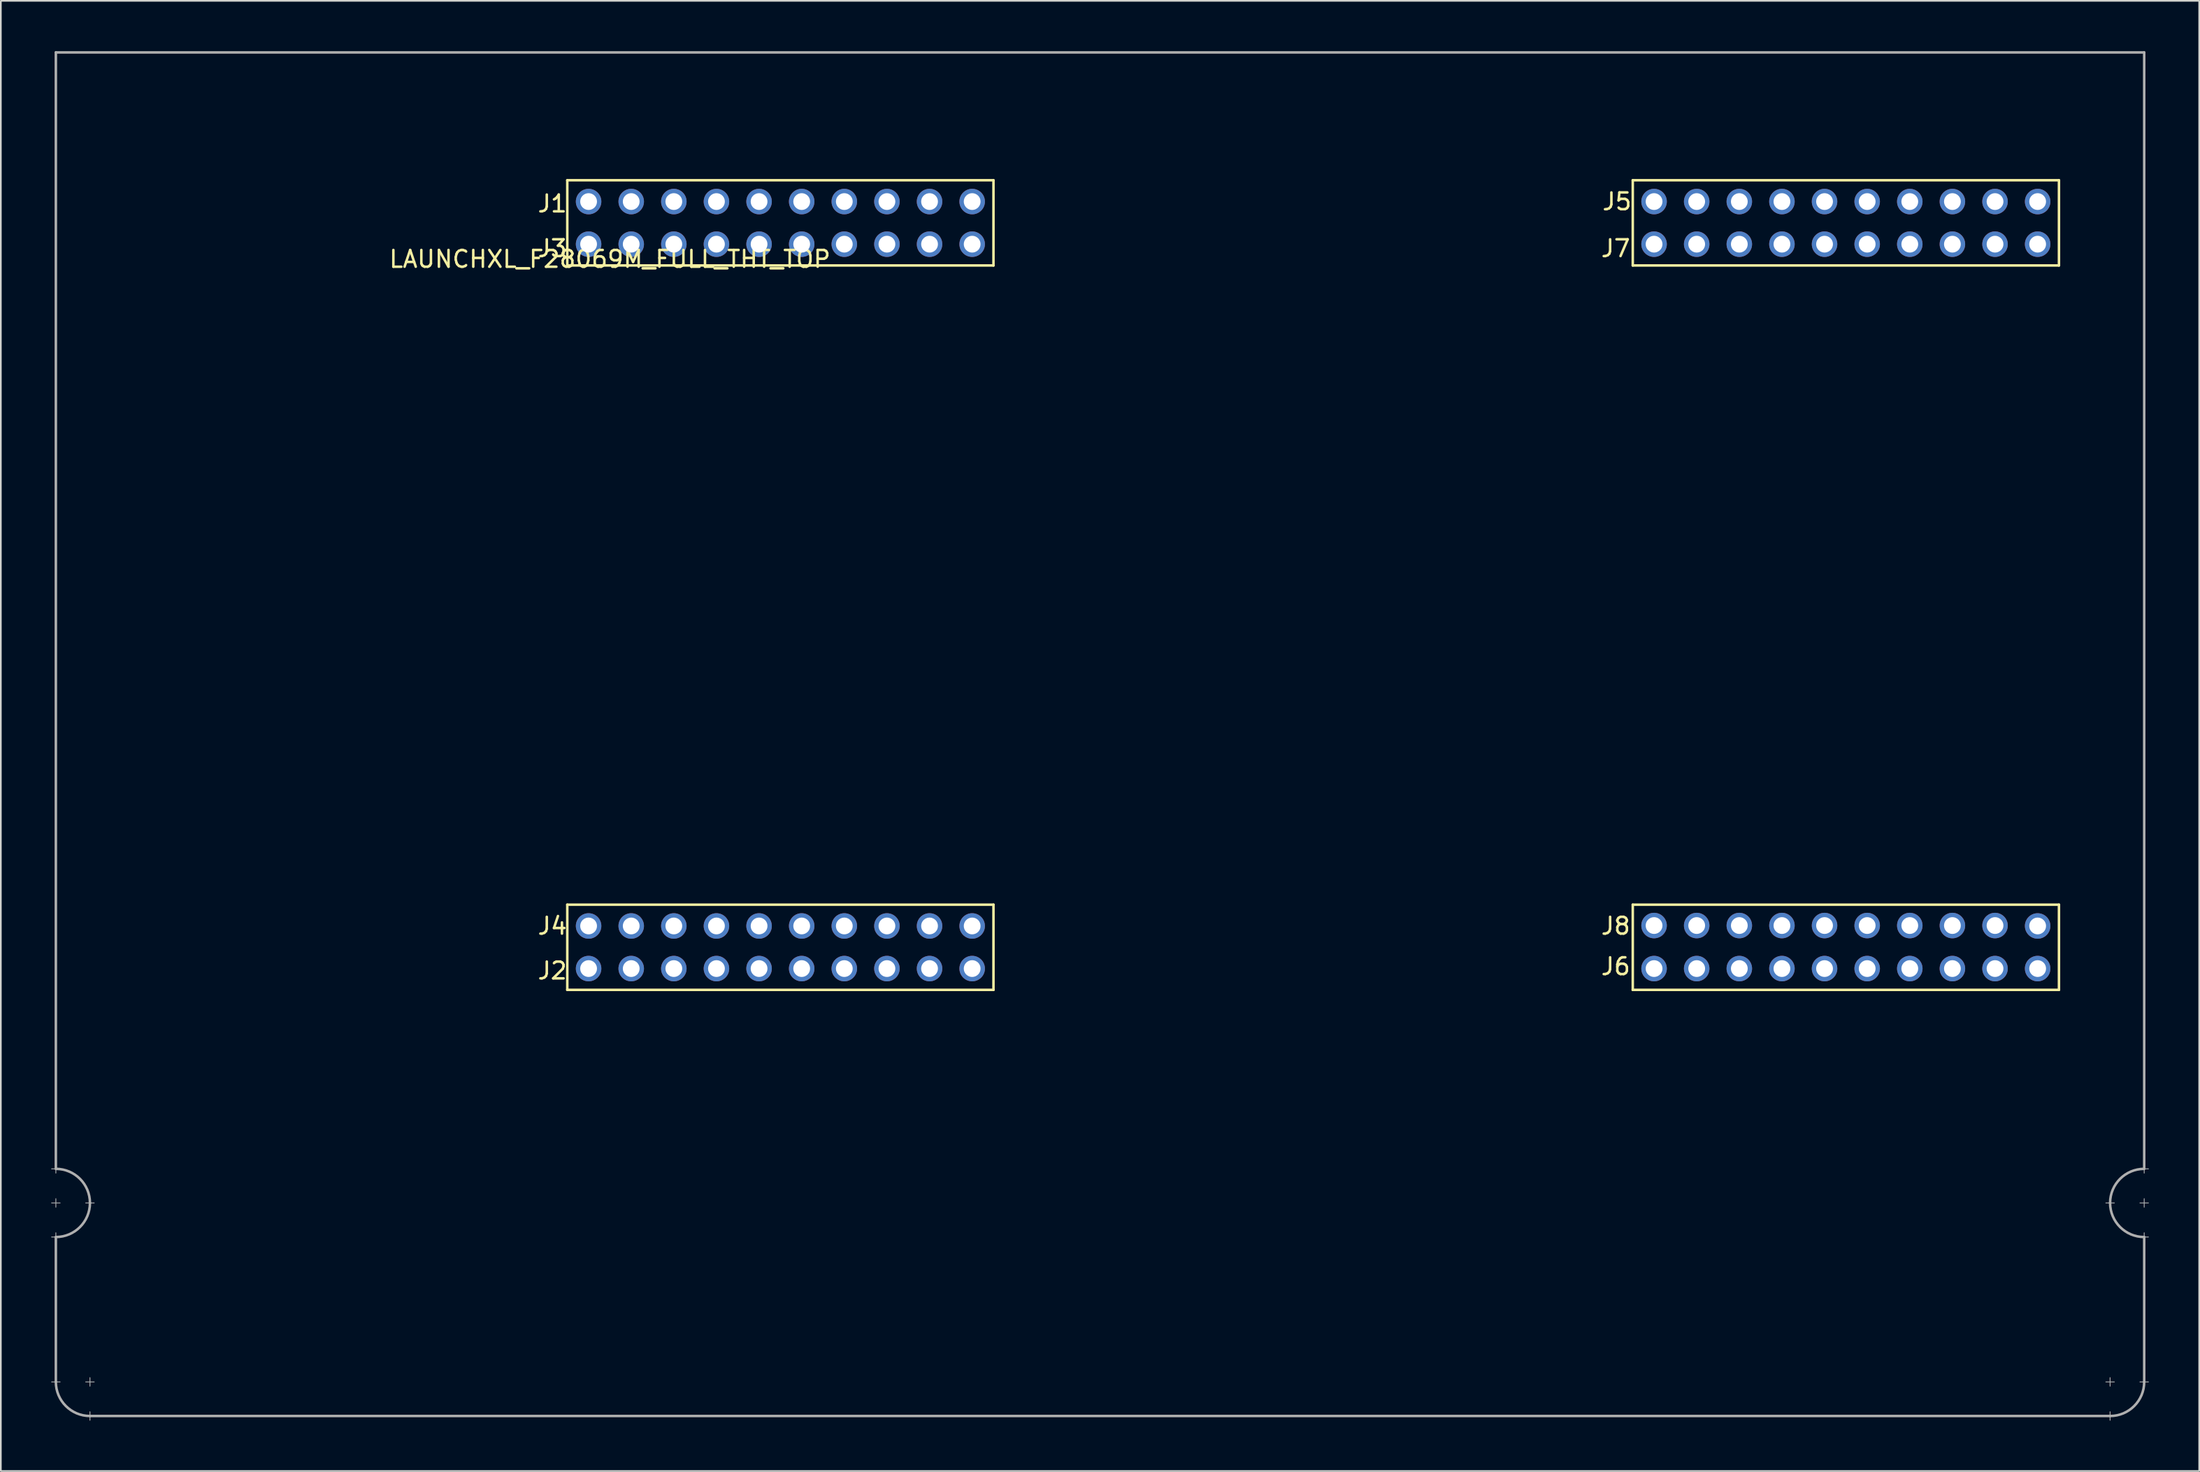
<source format=kicad_pcb>
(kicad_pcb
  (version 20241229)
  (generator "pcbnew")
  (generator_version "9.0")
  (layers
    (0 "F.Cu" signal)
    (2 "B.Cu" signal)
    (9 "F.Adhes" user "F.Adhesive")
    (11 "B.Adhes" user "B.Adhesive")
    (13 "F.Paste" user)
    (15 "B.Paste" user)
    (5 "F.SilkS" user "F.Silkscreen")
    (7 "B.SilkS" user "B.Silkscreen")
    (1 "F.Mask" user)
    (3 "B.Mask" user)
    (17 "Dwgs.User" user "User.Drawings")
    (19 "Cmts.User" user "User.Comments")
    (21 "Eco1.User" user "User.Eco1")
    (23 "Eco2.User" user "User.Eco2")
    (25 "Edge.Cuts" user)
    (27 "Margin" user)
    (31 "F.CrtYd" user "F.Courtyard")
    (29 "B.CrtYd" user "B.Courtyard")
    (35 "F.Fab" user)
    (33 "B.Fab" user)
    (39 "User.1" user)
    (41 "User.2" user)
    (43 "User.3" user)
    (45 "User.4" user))
  (footprint "LAUNCHXL_F28069M_FULL_THT_TOP"
    (layer "F.Cu")
    (at 0.279 55.955)
    (property "Reference" "LAUNCHXL_F28069M_FULL_THT_TOP" (at 33.02 -43.561 0) (layer "F.SilkS") (effects (font (size 1 1) (thickness 0.15))))
    (attr through_hole)
    (fp_line (start 30.48 -48.26) (end 30.48 -43.18) (stroke (width 0.15) (type solid)) (layer "F.SilkS"))
    (fp_line (start 30.48 -43.18) (end 55.88 -43.18) (stroke (width 0.15) (type solid)) (layer "F.SilkS"))
    (fp_line (start 30.48 -5.08) (end 30.48 0) (stroke (width 0.15) (type solid)) (layer "F.SilkS"))
    (fp_line (start 30.48 0) (end 55.88 0) (stroke (width 0.15) (type solid)) (layer "F.SilkS"))
    (fp_line (start 55.88 -48.26) (end 30.48 -48.26) (stroke (width 0.15) (type solid)) (layer "F.SilkS"))
    (fp_line (start 55.88 -43.18) (end 55.88 -48.26) (stroke (width 0.15) (type solid)) (layer "F.SilkS"))
    (fp_line (start 55.88 -5.08) (end 30.48 -5.08) (stroke (width 0.15) (type solid)) (layer "F.SilkS"))
    (fp_line (start 55.88 0) (end 55.88 -5.08) (stroke (width 0.15) (type solid)) (layer "F.SilkS"))
    (fp_line (start 93.98 -48.26) (end 93.98 -43.18) (stroke (width 0.15) (type solid)) (layer "F.SilkS"))
    (fp_line (start 93.98 -43.18) (end 119.38 -43.18) (stroke (width 0.15) (type solid)) (layer "F.SilkS"))
    (fp_line (start 93.98 -5.08) (end 93.98 0) (stroke (width 0.15) (type solid)) (layer "F.SilkS"))
    (fp_line (start 93.98 0) (end 119.38 0) (stroke (width 0.15) (type solid)) (layer "F.SilkS"))
    (fp_line (start 119.38 -48.26) (end 93.98 -48.26) (stroke (width 0.15) (type solid)) (layer "F.SilkS"))
    (fp_line (start 119.38 -43.18) (end 119.38 -48.26) (stroke (width 0.15) (type solid)) (layer "F.SilkS"))
    (fp_line (start 119.38 -5.08) (end 93.98 -5.08) (stroke (width 0.15) (type solid)) (layer "F.SilkS"))
    (fp_line (start 119.38 0) (end 119.38 -5.08) (stroke (width 0.15) (type solid)) (layer "F.SilkS"))
    (fp_line (start -0.254 10.668) (end 0.254 10.668) (stroke (width 0.05) (type solid)) (layer "F.Fab"))
    (fp_line (start -0.254 12.7) (end 0.254 12.7) (stroke (width 0.05) (type solid)) (layer "F.Fab"))
    (fp_line (start -0.254 14.732) (end 0.254 14.732) (stroke (width 0.05) (type solid)) (layer "F.Fab"))
    (fp_line (start 0 -55.88) (end 0 10.668) (stroke (width 0.15) (type solid)) (layer "F.Fab"))
    (fp_line (start 0 10.414) (end 0 10.922) (stroke (width 0.05) (type solid)) (layer "F.Fab"))
    (fp_line (start 0 12.446) (end 0 12.954) (stroke (width 0.05) (type solid)) (layer "F.Fab"))
    (fp_line (start 0 14.478) (end 0 14.986) (stroke (width 0.05) (type solid)) (layer "F.Fab"))
    (fp_line (start 0 14.732) (end 0 23.368) (stroke (width 0.15) (type solid)) (layer "F.Fab"))
    (fp_line (start 0 23.114) (end 0 23.622) (stroke (width 0.05) (type solid)) (layer "F.Fab"))
    (fp_line (start 0.254 23.368) (end -0.254 23.368) (stroke (width 0.05) (type solid)) (layer "F.Fab"))
    (fp_line (start 1.778 12.7) (end 2.286 12.7) (stroke (width 0.05) (type solid)) (layer "F.Fab"))
    (fp_line (start 2.032 23.114) (end 2.032 23.622) (stroke (width 0.05) (type solid)) (layer "F.Fab"))
    (fp_line (start 2.032 25.146) (end 2.032 25.654) (stroke (width 0.05) (type solid)) (layer "F.Fab"))
    (fp_line (start 2.032 25.4) (end 122.428 25.4) (stroke (width 0.15) (type solid)) (layer "F.Fab"))
    (fp_line (start 2.286 23.368) (end 1.778 23.368) (stroke (width 0.05) (type solid)) (layer "F.Fab"))
    (fp_line (start 122.174 23.368) (end 122.682 23.368) (stroke (width 0.05) (type solid)) (layer "F.Fab"))
    (fp_line (start 122.174 25.4) (end 122.682 25.4) (stroke (width 0.05) (type solid)) (layer "F.Fab"))
    (fp_line (start 122.428 23.114) (end 122.428 23.622) (stroke (width 0.05) (type solid)) (layer "F.Fab"))
    (fp_line (start 122.428 25.146) (end 122.428 25.654) (stroke (width 0.05) (type solid)) (layer "F.Fab"))
    (fp_line (start 122.682 12.7) (end 122.174 12.7) (stroke (width 0.05) (type solid)) (layer "F.Fab"))
    (fp_line (start 124.206 23.368) (end 124.714 23.368) (stroke (width 0.05) (type solid)) (layer "F.Fab"))
    (fp_line (start 124.46 -55.88) (end 0 -55.88) (stroke (width 0.15) (type solid)) (layer "F.Fab"))
    (fp_line (start 124.46 10.668) (end 124.46 -55.88) (stroke (width 0.15) (type solid)) (layer "F.Fab"))
    (fp_line (start 124.46 10.922) (end 124.46 10.414) (stroke (width 0.05) (type solid)) (layer "F.Fab"))
    (fp_line (start 124.46 12.954) (end 124.46 12.446) (stroke (width 0.05) (type solid)) (layer "F.Fab"))
    (fp_line (start 124.46 14.732) (end 124.46 23.368) (stroke (width 0.15) (type solid)) (layer "F.Fab"))
    (fp_line (start 124.46 14.986) (end 124.46 14.478) (stroke (width 0.05) (type solid)) (layer "F.Fab"))
    (fp_line (start 124.714 10.668) (end 124.206 10.668) (stroke (width 0.05) (type solid)) (layer "F.Fab"))
    (fp_line (start 124.714 12.7) (end 124.206 12.7) (stroke (width 0.05) (type solid)) (layer "F.Fab"))
    (fp_line (start 124.714 14.732) (end 124.206 14.732) (stroke (width 0.05) (type solid)) (layer "F.Fab"))
    (fp_arc (start 0 10.668) (mid 1.436841 11.263159) (end 2.032 12.7) (stroke (width 0.15) (type solid)) (layer "F.Fab"))
    (fp_arc (start 2.032 12.7) (mid 1.436841 14.136841) (end 0 14.732) (stroke (width 0.15) (type solid)) (layer "F.Fab"))
    (fp_arc (start 2.032 25.4) (mid 0.595159 24.804841) (end 0 23.368) (stroke (width 0.15) (type solid)) (layer "F.Fab"))
    (fp_arc (start 122.428 12.7) (mid 123.023159 11.263159) (end 124.46 10.668) (stroke (width 0.15) (type solid)) (layer "F.Fab"))
    (fp_arc (start 124.46 14.732) (mid 123.023159 14.136841) (end 122.428 12.7) (stroke (width 0.15) (type solid)) (layer "F.Fab"))
    (fp_arc (start 124.46 23.368) (mid 123.864841 24.804841) (end 122.428 25.4) (stroke (width 0.15) (type solid)) (layer "F.Fab"))
    (fp_text user "J2" (at 29.591 -1.143 0) (layer "F.SilkS") (effects (font (size 1 1) (thickness 0.15))))
    (fp_text user "J3" (at 29.591 -44.196 0) (layer "F.SilkS") (effects (font (size 1 1) (thickness 0.15))))
    (fp_text user "J7" (at 92.964 -44.196 0) (layer "F.SilkS") (effects (font (size 1 1) (thickness 0.15))))
    (fp_text user "J8" (at 92.964 -3.81 0) (layer "F.SilkS") (effects (font (size 1 1) (thickness 0.15))))
    (fp_text user "J6" (at 92.964 -1.397 0) (layer "F.SilkS") (effects (font (size 1 1) (thickness 0.15))))
    (fp_text user "J1" (at 29.591 -46.863 0) (layer "F.SilkS") (effects (font (size 1 1) (thickness 0.15))))
    (fp_text user "J4" (at 29.591 -3.81 0) (layer "F.SilkS") (effects (font (size 1 1) (thickness 0.15))))
    (fp_text user "J5" (at 93.04 -46.99 0) (layer "F.SilkS") (effects (font (size 1 1) (thickness 0.15))))
    (pad "+3V3" thru_hole circle (at 54.61 -46.99) (size 1.52 1.52) (drill 1) (layers "*.Cu" "*.Mask"))
    (pad "+3V3" thru_hole circle (at 118.11 -46.99) (size 1.52 1.52) (drill 1) (layers "*.Cu" "*.Mask"))
    (pad "+5V" thru_hole circle (at 54.61 -44.45) (size 1.52 1.52) (drill 1) (layers "*.Cu" "*.Mask"))
    (pad "+5V" thru_hole circle (at 118.11 -44.45) (size 1.52 1.52) (drill 1) (layers "*.Cu" "*.Mask"))
    (pad "A_A0" thru_hole circle (at 39.37 -44.45) (size 1.52 1.52) (drill 1) (layers "*.Cu" "*.Mask"))
    (pad "A_A1" thru_hole circle (at 34.29 -44.45) (size 1.52 1.52) (drill 1) (layers "*.Cu" "*.Mask"))
    (pad "A_A2" thru_hole circle (at 44.45 -44.45) (size 1.52 1.52) (drill 1) (layers "*.Cu" "*.Mask"))
    (pad "A_A3" thru_hole circle (at 102.87 -44.45) (size 1.52 1.52) (drill 1) (layers "*.Cu" "*.Mask"))
    (pad "A_A4" thru_hole circle (at 97.79 -44.45) (size 1.52 1.52) (drill 1) (layers "*.Cu" "*.Mask"))
    (pad "A_A5" thru_hole circle (at 107.95 -44.45) (size 1.52 1.52) (drill 1) (layers "*.Cu" "*.Mask"))
    (pad "A_A6" thru_hole circle (at 52.07 -46.99) (size 1.52 1.52) (drill 1) (layers "*.Cu" "*.Mask"))
    (pad "A_A7" thru_hole circle (at 49.53 -44.45) (size 1.52 1.52) (drill 1) (layers "*.Cu" "*.Mask"))
    (pad "A_B0" thru_hole circle (at 36.83 -44.45) (size 1.52 1.52) (drill 1) (layers "*.Cu" "*.Mask"))
    (pad "A_B1" thru_hole circle (at 46.99 -44.45) (size 1.52 1.52) (drill 1) (layers "*.Cu" "*.Mask"))
    (pad "A_B2" thru_hole circle (at 41.91 -44.45) (size 1.52 1.52) (drill 1) (layers "*.Cu" "*.Mask"))
    (pad "A_B3" thru_hole circle (at 100.33 -44.45) (size 1.52 1.52) (drill 1) (layers "*.Cu" "*.Mask"))
    (pad "A_B4" thru_hole circle (at 110.49 -44.45) (size 1.52 1.52) (drill 1) (layers "*.Cu" "*.Mask"))
    (pad "A_B5" thru_hole circle (at 105.41 -44.45) (size 1.52 1.52) (drill 1) (layers "*.Cu" "*.Mask"))
    (pad "A_B6" thru_hole circle (at 41.91 -46.99) (size 1.52 1.52) (drill 1) (layers "*.Cu" "*.Mask"))
    (pad "A_B7" thru_hole circle (at 113.03 -44.45) (size 1.52 1.52) (drill 1) (layers "*.Cu" "*.Mask"))
    (pad "DAC1" thru_hole circle (at 34.29 -3.81) (size 1.52 1.52) (drill 1) (layers "*.Cu" "*.Mask"))
    (pad "DAC2" thru_hole circle (at 31.75 -3.81) (size 1.52 1.52) (drill 1) (layers "*.Cu" "*.Mask"))
    (pad "DAC3" thru_hole circle (at 97.79 -3.835) (size 1.52 1.52) (drill 1) (layers "*.Cu" "*.Mask"))
    (pad "DAC4" thru_hole circle (at 95.25 -3.835) (size 1.52 1.52) (drill 1) (layers "*.Cu" "*.Mask"))
    (pad "GND" thru_hole circle (at 52.07 -44.45) (size 1.52 1.52) (drill 1) (layers "*.Cu" "*.Mask"))
    (pad "GND" thru_hole circle (at 54.61 -1.27) (size 1.52 1.52) (drill 1) (layers "*.Cu" "*.Mask"))
    (pad "GND" thru_hole circle (at 115.57 -44.45) (size 1.52 1.52) (drill 1) (layers "*.Cu" "*.Mask"))
    (pad "GND" thru_hole circle (at 118.11 -1.27) (size 1.52 1.52) (drill 1) (layers "*.Cu" "*.Mask"))
    (pad "NC" thru_hole circle (at 31.75 -44.45) (size 1.52 1.52) (drill 1) (layers "*.Cu" "*.Mask"))
    (pad "NC" thru_hole circle (at 36.83 -3.81) (size 1.52 1.52) (drill 1) (layers "*.Cu" "*.Mask"))
    (pad "NC" thru_hole circle (at 46.99 -1.27) (size 1.52 1.52) (drill 1) (layers "*.Cu" "*.Mask"))
    (pad "NC" thru_hole circle (at 95.25 -44.45) (size 1.52 1.52) (drill 1) (layers "*.Cu" "*.Mask"))
    (pad "NC" thru_hole circle (at 100.33 -3.835) (size 1.52 1.52) (drill 1) (layers "*.Cu" "*.Mask"))
    (pad "NC" thru_hole circle (at 102.87 -3.835) (size 1.52 1.52) (drill 1) (layers "*.Cu" "*.Mask"))
    (pad "NC" thru_hole circle (at 105.41 -46.99) (size 1.52 1.52) (drill 1) (layers "*.Cu" "*.Mask"))
    (pad "NC" thru_hole circle (at 110.49 -1.27) (size 1.52 1.52) (drill 1) (layers "*.Cu" "*.Mask"))
    (pad "NC" thru_hole circle (at 115.57 -46.99) (size 1.52 1.52) (drill 1) (layers "*.Cu" "*.Mask"))
    (pad "P_0" thru_hole circle (at 54.61 -3.81) (size 1.52 1.52) (drill 1) (layers "*.Cu" "*.Mask"))
    (pad "P_1" thru_hole circle (at 52.07 -3.81) (size 1.52 1.52) (drill 1) (layers "*.Cu" "*.Mask"))
    (pad "P_2" thru_hole circle (at 49.53 -3.81) (size 1.52 1.52) (drill 1) (layers "*.Cu" "*.Mask"))
    (pad "P_3" thru_hole circle (at 46.99 -3.81) (size 1.52 1.52) (drill 1) (layers "*.Cu" "*.Mask"))
    (pad "P_4" thru_hole circle (at 44.45 -3.81) (size 1.52 1.52) (drill 1) (layers "*.Cu" "*.Mask"))
    (pad "P_5" thru_hole circle (at 41.91 -3.81) (size 1.52 1.52) (drill 1) (layers "*.Cu" "*.Mask"))
    (pad "P_6" thru_hole circle (at 118.11 -3.81) (size 1.52 1.52) (drill 1) (layers "*.Cu" "*.Mask"))
    (pad "P_7" thru_hole circle (at 115.57 -3.835) (size 1.52 1.52) (drill 1) (layers "*.Cu" "*.Mask"))
    (pad "P_8" thru_hole circle (at 113.03 -3.835) (size 1.52 1.52) (drill 1) (layers "*.Cu" "*.Mask"))
    (pad "P_9" thru_hole circle (at 110.49 -3.835) (size 1.52 1.52) (drill 1) (layers "*.Cu" "*.Mask"))
    (pad "P_10" thru_hole circle (at 107.95 -3.835) (size 1.52 1.52) (drill 1) (layers "*.Cu" "*.Mask"))
    (pad "P_11" thru_hole circle (at 105.41 -3.835) (size 1.52 1.52) (drill 1) (layers "*.Cu" "*.Mask"))
    (pad "P_12" thru_hole circle (at 44.45 -46.99) (size 1.52 1.52) (drill 1) (layers "*.Cu" "*.Mask"))
    (pad "P_13" thru_hole circle (at 39.37 -3.81) (size 1.52 1.52) (drill 1) (layers "*.Cu" "*.Mask"))
    (pad "P_14" thru_hole circle (at 102.87 -46.99) (size 1.52 1.52) (drill 1) (layers "*.Cu" "*.Mask"))
    (pad "P_15" thru_hole circle (at 113.03 -46.99) (size 1.52 1.52) (drill 1) (layers "*.Cu" "*.Mask"))
    (pad "P_16" thru_hole circle (at 41.91 -1.27) (size 1.52 1.52) (drill 1) (layers "*.Cu" "*.Mask"))
    (pad "P_17" thru_hole circle (at 39.37 -1.27) (size 1.52 1.52) (drill 1) (layers "*.Cu" "*.Mask"))
    (pad "P_18" thru_hole circle (at 39.37 -46.99) (size 1.52 1.52) (drill 1) (layers "*.Cu" "*.Mask"))
    (pad "P_19" thru_hole circle (at 52.07 -1.27) (size 1.52 1.52) (drill 1) (layers "*.Cu" "*.Mask"))
    (pad "P_20" thru_hole circle (at 107.95 -46.99) (size 1.52 1.52) (drill 1) (layers "*.Cu" "*.Mask"))
    (pad "P_21" thru_hole circle (at 100.33 -46.99) (size 1.52 1.52) (drill 1) (layers "*.Cu" "*.Mask"))
    (pad "P_22" thru_hole circle (at 36.83 -46.99) (size 1.52 1.52) (drill 1) (layers "*.Cu" "*.Mask"))
    (pad "P_23" thru_hole circle (at 97.79 -46.99) (size 1.52 1.52) (drill 1) (layers "*.Cu" "*.Mask"))
    (pad "P_24" thru_hole circle (at 105.41 -1.27) (size 1.52 1.52) (drill 1) (layers "*.Cu" "*.Mask"))
    (pad "P_25" thru_hole circle (at 102.87 -1.27) (size 1.52 1.52) (drill 1) (layers "*.Cu" "*.Mask"))
    (pad "P_26" thru_hole circle (at 113.03 -1.27) (size 1.52 1.52) (drill 1) (layers "*.Cu" "*.Mask"))
    (pad "P_27" thru_hole circle (at 115.57 -1.27) (size 1.52 1.52) (drill 1) (layers "*.Cu" "*.Mask"))
    (pad "P_28" thru_hole circle (at 49.53 -46.99) (size 1.52 1.52) (drill 1) (layers "*.Cu" "*.Mask"))
    (pad "P_29" thru_hole circle (at 46.99 -46.99) (size 1.52 1.52) (drill 1) (layers "*.Cu" "*.Mask"))
    (pad "P_32" thru_hole circle (at 31.75 -46.99) (size 1.52 1.52) (drill 1) (layers "*.Cu" "*.Mask"))
    (pad "P_33" thru_hole circle (at 34.29 -46.99) (size 1.52 1.52) (drill 1) (layers "*.Cu" "*.Mask"))
    (pad "P_44" thru_hole circle (at 49.53 -1.27) (size 1.52 1.52) (drill 1) (layers "*.Cu" "*.Mask"))
    (pad "P_50" thru_hole circle (at 36.83 -1.27) (size 1.52 1.52) (drill 1) (layers "*.Cu" "*.Mask"))
    (pad "P_51" thru_hole circle (at 34.29 -1.27) (size 1.52 1.52) (drill 1) (layers "*.Cu" "*.Mask"))
    (pad "P_52" thru_hole circle (at 100.33 -1.27) (size 1.52 1.52) (drill 1) (layers "*.Cu" "*.Mask"))
    (pad "P_53" thru_hole circle (at 97.79 -1.27) (size 1.52 1.52) (drill 1) (layers "*.Cu" "*.Mask"))
    (pad "P_54" thru_hole circle (at 95.25 -46.99) (size 1.52 1.52) (drill 1) (layers "*.Cu" "*.Mask"))
    (pad "P_55" thru_hole circle (at 31.75 -1.27) (size 1.52 1.52) (drill 1) (layers "*.Cu" "*.Mask"))
    (pad "P_56" thru_hole circle (at 95.25 -1.27) (size 1.52 1.52) (drill 1) (layers "*.Cu" "*.Mask"))
    (pad "P_58" thru_hole circle (at 110.49 -46.99) (size 1.52 1.52) (drill 1) (layers "*.Cu" "*.Mask"))
    (pad "Rese" thru_hole circle (at 44.45 -1.27) (size 1.52 1.52) (drill 1) (layers "*.Cu" "*.Mask"))
    (pad "Rese" thru_hole circle (at 107.95 -1.27) (size 1.52 1.52) (drill 1) (layers "*.Cu" "*.Mask")))
  (gr_rect
    (start -3 -3)
    (end 128.018 84.634)
    (stroke (width 0.1) (type default))
    (fill no)
    (layer "Edge.Cuts")))
</source>
